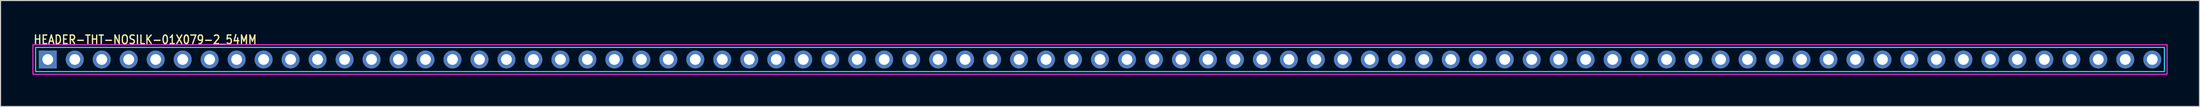
<source format=kicad_pcb>
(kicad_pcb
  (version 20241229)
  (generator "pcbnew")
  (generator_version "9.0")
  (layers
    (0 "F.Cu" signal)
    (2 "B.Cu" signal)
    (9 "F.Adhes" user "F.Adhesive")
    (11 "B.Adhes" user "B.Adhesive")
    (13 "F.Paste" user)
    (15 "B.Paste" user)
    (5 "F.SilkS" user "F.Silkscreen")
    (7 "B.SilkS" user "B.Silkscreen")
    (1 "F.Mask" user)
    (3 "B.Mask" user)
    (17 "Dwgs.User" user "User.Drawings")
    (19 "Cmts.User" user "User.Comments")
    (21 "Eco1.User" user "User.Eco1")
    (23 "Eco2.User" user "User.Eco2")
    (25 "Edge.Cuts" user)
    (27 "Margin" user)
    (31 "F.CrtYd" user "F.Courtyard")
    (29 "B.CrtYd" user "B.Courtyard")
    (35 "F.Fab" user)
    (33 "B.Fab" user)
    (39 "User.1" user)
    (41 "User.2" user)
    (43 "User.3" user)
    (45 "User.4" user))
  (footprint "HEADER-THT-NOSILK-01X079-2_54MM"
    (layer "F.Cu")
    (at 1.447 2.579)
    (property "Reference" "HEADER-THT-NOSILK-01X079-2_54MM" (at -1.4 -1.4 0) (unlocked yes) (layer "F.SilkS") (effects (font (size 0.813 0.695) (thickness 0.122)) (justify left bottom)))
    (fp_poly (pts (xy -1.143 -1.143) (xy 199.263 -1.143) (xy 199.263 1.143) (xy -1.143 1.143)) (stroke (width 0.1) (type solid)) (fill no) (layer "B.CrtYd"))
    (fp_poly (pts (xy -1.397 -1.397) (xy 199.517 -1.397) (xy 199.517 1.397) (xy -1.397 1.397)) (stroke (width 0.1) (type solid)) (fill no) (layer "F.CrtYd"))
    (pad "P$1" thru_hole rect (at 0 0) (size 1.693 1.693) (drill 1.016) (layers "*.Cu" "*.Mask"))
    (pad "P$2" thru_hole oval (at 2.54 0) (size 1.693 1.693) (drill 1.016) (layers "*.Cu" "*.Mask"))
    (pad "P$3" thru_hole oval (at 5.08 0) (size 1.693 1.693) (drill 1.016) (layers "*.Cu" "*.Mask"))
    (pad "P$4" thru_hole oval (at 7.62 0) (size 1.693 1.693) (drill 1.016) (layers "*.Cu" "*.Mask"))
    (pad "P$5" thru_hole oval (at 10.16 0) (size 1.693 1.693) (drill 1.016) (layers "*.Cu" "*.Mask"))
    (pad "P$6" thru_hole oval (at 12.7 0) (size 1.693 1.693) (drill 1.016) (layers "*.Cu" "*.Mask"))
    (pad "P$7" thru_hole oval (at 15.24 0) (size 1.693 1.693) (drill 1.016) (layers "*.Cu" "*.Mask"))
    (pad "P$8" thru_hole oval (at 17.78 0) (size 1.693 1.693) (drill 1.016) (layers "*.Cu" "*.Mask"))
    (pad "P$9" thru_hole oval (at 20.32 0) (size 1.693 1.693) (drill 1.016) (layers "*.Cu" "*.Mask"))
    (pad "P$10" thru_hole oval (at 22.86 0) (size 1.693 1.693) (drill 1.016) (layers "*.Cu" "*.Mask"))
    (pad "P$11" thru_hole oval (at 25.4 0) (size 1.693 1.693) (drill 1.016) (layers "*.Cu" "*.Mask"))
    (pad "P$12" thru_hole oval (at 27.94 0) (size 1.693 1.693) (drill 1.016) (layers "*.Cu" "*.Mask"))
    (pad "P$13" thru_hole oval (at 30.48 0) (size 1.693 1.693) (drill 1.016) (layers "*.Cu" "*.Mask"))
    (pad "P$14" thru_hole oval (at 33.02 0) (size 1.693 1.693) (drill 1.016) (layers "*.Cu" "*.Mask"))
    (pad "P$15" thru_hole oval (at 35.56 0) (size 1.693 1.693) (drill 1.016) (layers "*.Cu" "*.Mask"))
    (pad "P$16" thru_hole oval (at 38.1 0) (size 1.693 1.693) (drill 1.016) (layers "*.Cu" "*.Mask"))
    (pad "P$17" thru_hole oval (at 40.64 0) (size 1.693 1.693) (drill 1.016) (layers "*.Cu" "*.Mask"))
    (pad "P$18" thru_hole oval (at 43.18 0) (size 1.693 1.693) (drill 1.016) (layers "*.Cu" "*.Mask"))
    (pad "P$19" thru_hole oval (at 45.72 0) (size 1.693 1.693) (drill 1.016) (layers "*.Cu" "*.Mask"))
    (pad "P$20" thru_hole oval (at 48.26 0) (size 1.693 1.693) (drill 1.016) (layers "*.Cu" "*.Mask"))
    (pad "P$21" thru_hole oval (at 50.8 0) (size 1.693 1.693) (drill 1.016) (layers "*.Cu" "*.Mask"))
    (pad "P$22" thru_hole oval (at 53.34 0) (size 1.693 1.693) (drill 1.016) (layers "*.Cu" "*.Mask"))
    (pad "P$23" thru_hole oval (at 55.88 0) (size 1.693 1.693) (drill 1.016) (layers "*.Cu" "*.Mask"))
    (pad "P$24" thru_hole oval (at 58.42 0) (size 1.693 1.693) (drill 1.016) (layers "*.Cu" "*.Mask"))
    (pad "P$25" thru_hole oval (at 60.96 0) (size 1.693 1.693) (drill 1.016) (layers "*.Cu" "*.Mask"))
    (pad "P$26" thru_hole oval (at 63.5 0) (size 1.693 1.693) (drill 1.016) (layers "*.Cu" "*.Mask"))
    (pad "P$27" thru_hole oval (at 66.04 0) (size 1.693 1.693) (drill 1.016) (layers "*.Cu" "*.Mask"))
    (pad "P$28" thru_hole oval (at 68.58 0) (size 1.693 1.693) (drill 1.016) (layers "*.Cu" "*.Mask"))
    (pad "P$29" thru_hole oval (at 71.12 0) (size 1.693 1.693) (drill 1.016) (layers "*.Cu" "*.Mask"))
    (pad "P$30" thru_hole oval (at 73.66 0) (size 1.693 1.693) (drill 1.016) (layers "*.Cu" "*.Mask"))
    (pad "P$31" thru_hole oval (at 76.2 0) (size 1.693 1.693) (drill 1.016) (layers "*.Cu" "*.Mask"))
    (pad "P$32" thru_hole oval (at 78.74 0) (size 1.693 1.693) (drill 1.016) (layers "*.Cu" "*.Mask"))
    (pad "P$33" thru_hole oval (at 81.28 0) (size 1.693 1.693) (drill 1.016) (layers "*.Cu" "*.Mask"))
    (pad "P$34" thru_hole oval (at 83.82 0) (size 1.693 1.693) (drill 1.016) (layers "*.Cu" "*.Mask"))
    (pad "P$35" thru_hole oval (at 86.36 0) (size 1.693 1.693) (drill 1.016) (layers "*.Cu" "*.Mask"))
    (pad "P$36" thru_hole oval (at 88.9 0) (size 1.693 1.693) (drill 1.016) (layers "*.Cu" "*.Mask"))
    (pad "P$37" thru_hole oval (at 91.44 0) (size 1.693 1.693) (drill 1.016) (layers "*.Cu" "*.Mask"))
    (pad "P$38" thru_hole oval (at 93.98 0) (size 1.693 1.693) (drill 1.016) (layers "*.Cu" "*.Mask"))
    (pad "P$39" thru_hole oval (at 96.52 0) (size 1.693 1.693) (drill 1.016) (layers "*.Cu" "*.Mask"))
    (pad "P$40" thru_hole oval (at 99.06 0) (size 1.693 1.693) (drill 1.016) (layers "*.Cu" "*.Mask"))
    (pad "P$41" thru_hole oval (at 101.6 0) (size 1.693 1.693) (drill 1.016) (layers "*.Cu" "*.Mask"))
    (pad "P$42" thru_hole oval (at 104.14 0) (size 1.693 1.693) (drill 1.016) (layers "*.Cu" "*.Mask"))
    (pad "P$43" thru_hole oval (at 106.68 0) (size 1.693 1.693) (drill 1.016) (layers "*.Cu" "*.Mask"))
    (pad "P$44" thru_hole oval (at 109.22 0) (size 1.693 1.693) (drill 1.016) (layers "*.Cu" "*.Mask"))
    (pad "P$45" thru_hole oval (at 111.76 0) (size 1.693 1.693) (drill 1.016) (layers "*.Cu" "*.Mask"))
    (pad "P$46" thru_hole oval (at 114.3 0) (size 1.693 1.693) (drill 1.016) (layers "*.Cu" "*.Mask"))
    (pad "P$47" thru_hole oval (at 116.84 0) (size 1.693 1.693) (drill 1.016) (layers "*.Cu" "*.Mask"))
    (pad "P$48" thru_hole oval (at 119.38 0) (size 1.693 1.693) (drill 1.016) (layers "*.Cu" "*.Mask"))
    (pad "P$49" thru_hole oval (at 121.92 0) (size 1.693 1.693) (drill 1.016) (layers "*.Cu" "*.Mask"))
    (pad "P$50" thru_hole oval (at 124.46 0) (size 1.693 1.693) (drill 1.016) (layers "*.Cu" "*.Mask"))
    (pad "P$51" thru_hole oval (at 127 0) (size 1.693 1.693) (drill 1.016) (layers "*.Cu" "*.Mask"))
    (pad "P$52" thru_hole oval (at 129.54 0) (size 1.693 1.693) (drill 1.016) (layers "*.Cu" "*.Mask"))
    (pad "P$53" thru_hole oval (at 132.08 0) (size 1.693 1.693) (drill 1.016) (layers "*.Cu" "*.Mask"))
    (pad "P$54" thru_hole oval (at 134.62 0) (size 1.693 1.693) (drill 1.016) (layers "*.Cu" "*.Mask"))
    (pad "P$55" thru_hole oval (at 137.16 0) (size 1.693 1.693) (drill 1.016) (layers "*.Cu" "*.Mask"))
    (pad "P$56" thru_hole oval (at 139.7 0) (size 1.693 1.693) (drill 1.016) (layers "*.Cu" "*.Mask"))
    (pad "P$57" thru_hole oval (at 142.24 0) (size 1.693 1.693) (drill 1.016) (layers "*.Cu" "*.Mask"))
    (pad "P$58" thru_hole oval (at 144.78 0) (size 1.693 1.693) (drill 1.016) (layers "*.Cu" "*.Mask"))
    (pad "P$59" thru_hole oval (at 147.32 0) (size 1.693 1.693) (drill 1.016) (layers "*.Cu" "*.Mask"))
    (pad "P$60" thru_hole oval (at 149.86 0) (size 1.693 1.693) (drill 1.016) (layers "*.Cu" "*.Mask"))
    (pad "P$61" thru_hole oval (at 152.4 0) (size 1.693 1.693) (drill 1.016) (layers "*.Cu" "*.Mask"))
    (pad "P$62" thru_hole oval (at 154.94 0) (size 1.693 1.693) (drill 1.016) (layers "*.Cu" "*.Mask"))
    (pad "P$63" thru_hole oval (at 157.48 0) (size 1.693 1.693) (drill 1.016) (layers "*.Cu" "*.Mask"))
    (pad "P$64" thru_hole oval (at 160.02 0) (size 1.693 1.693) (drill 1.016) (layers "*.Cu" "*.Mask"))
    (pad "P$65" thru_hole oval (at 162.56 0) (size 1.693 1.693) (drill 1.016) (layers "*.Cu" "*.Mask"))
    (pad "P$66" thru_hole oval (at 165.1 0) (size 1.693 1.693) (drill 1.016) (layers "*.Cu" "*.Mask"))
    (pad "P$67" thru_hole oval (at 167.64 0) (size 1.693 1.693) (drill 1.016) (layers "*.Cu" "*.Mask"))
    (pad "P$68" thru_hole oval (at 170.18 0) (size 1.693 1.693) (drill 1.016) (layers "*.Cu" "*.Mask"))
    (pad "P$69" thru_hole oval (at 172.72 0) (size 1.693 1.693) (drill 1.016) (layers "*.Cu" "*.Mask"))
    (pad "P$70" thru_hole oval (at 175.26 0) (size 1.693 1.693) (drill 1.016) (layers "*.Cu" "*.Mask"))
    (pad "P$71" thru_hole oval (at 177.8 0) (size 1.693 1.693) (drill 1.016) (layers "*.Cu" "*.Mask"))
    (pad "P$72" thru_hole oval (at 180.34 0) (size 1.693 1.693) (drill 1.016) (layers "*.Cu" "*.Mask"))
    (pad "P$73" thru_hole oval (at 182.88 0) (size 1.693 1.693) (drill 1.016) (layers "*.Cu" "*.Mask"))
    (pad "P$74" thru_hole oval (at 185.42 0) (size 1.693 1.693) (drill 1.016) (layers "*.Cu" "*.Mask"))
    (pad "P$75" thru_hole oval (at 187.96 0) (size 1.693 1.693) (drill 1.016) (layers "*.Cu" "*.Mask"))
    (pad "P$76" thru_hole oval (at 190.5 0) (size 1.693 1.693) (drill 1.016) (layers "*.Cu" "*.Mask"))
    (pad "P$77" thru_hole oval (at 193.04 0) (size 1.693 1.693) (drill 1.016) (layers "*.Cu" "*.Mask"))
    (pad "P$78" thru_hole oval (at 195.58 0) (size 1.693 1.693) (drill 1.016) (layers "*.Cu" "*.Mask"))
    (pad "P$79" thru_hole oval (at 198.12 0) (size 1.693 1.693) (drill 1.016) (layers "*.Cu" "*.Mask")))
  (gr_rect
    (start -3 -3)
    (end 204.014 7.026)
    (stroke (width 0.1) (type default))
    (fill no)
    (layer "Edge.Cuts")))
</source>
